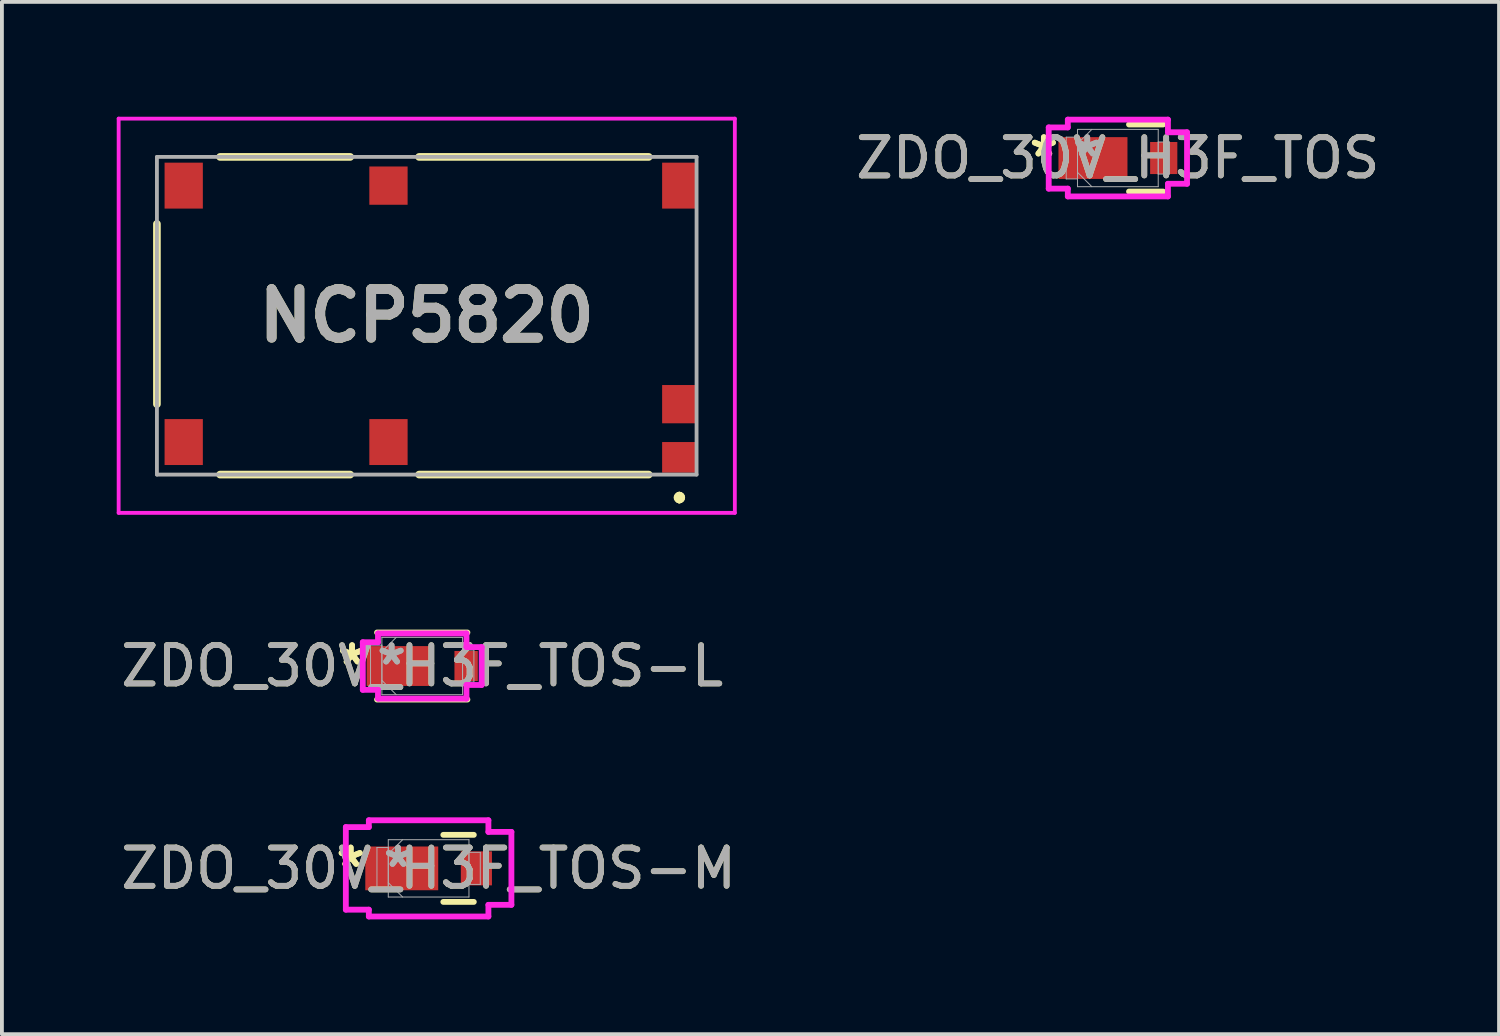
<source format=kicad_pcb>
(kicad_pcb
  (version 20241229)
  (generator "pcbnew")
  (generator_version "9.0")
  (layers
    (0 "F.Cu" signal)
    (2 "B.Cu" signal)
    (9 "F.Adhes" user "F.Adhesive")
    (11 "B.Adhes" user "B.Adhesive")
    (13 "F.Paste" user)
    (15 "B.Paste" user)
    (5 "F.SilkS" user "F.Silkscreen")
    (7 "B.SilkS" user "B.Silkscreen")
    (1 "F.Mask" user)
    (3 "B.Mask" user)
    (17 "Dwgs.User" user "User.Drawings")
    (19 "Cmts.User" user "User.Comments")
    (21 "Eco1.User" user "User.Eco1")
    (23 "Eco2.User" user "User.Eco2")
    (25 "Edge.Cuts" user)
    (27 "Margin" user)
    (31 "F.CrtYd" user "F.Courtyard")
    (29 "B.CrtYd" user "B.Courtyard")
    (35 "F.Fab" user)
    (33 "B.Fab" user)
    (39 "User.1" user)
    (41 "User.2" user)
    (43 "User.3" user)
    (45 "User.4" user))
  (footprint "NCP5820"
    (layer "F.Cu")
    (at 8.1 5.2)
    (property "Reference" "NCP5820" (at 0 0 0) (layer "F.SilkS") (effects (font (size 1.27 1.27) (thickness 0.254))))
    (attr smd)
    (fp_line (start -7.05 -2.4) (end -7.05 2.31) (stroke (width 0.2) (type solid)) (layer "F.SilkS"))
    (fp_line (start -5.4 -4.15) (end -2 -4.15) (stroke (width 0.2) (type solid)) (layer "F.SilkS"))
    (fp_line (start -5.4 4.15) (end -2 4.15) (stroke (width 0.2) (type solid)) (layer "F.SilkS"))
    (fp_line (start 5.8 -4.15) (end -0.2 -4.15) (stroke (width 0.2) (type solid)) (layer "F.SilkS"))
    (fp_line (start 5.8 4.15) (end -0.2 4.15) (stroke (width 0.2) (type solid)) (layer "F.SilkS"))
    (fp_line (start 6.6 4.7) (end 6.6 4.7) (stroke (width 0.2) (type solid)) (layer "F.SilkS"))
    (fp_line (start 6.6 4.8) (end 6.6 4.8) (stroke (width 0.2) (type solid)) (layer "F.SilkS"))
    (fp_line (start 6.6 4.8) (end 6.6 4.8) (stroke (width 0.2) (type solid)) (layer "F.SilkS"))
    (fp_arc (start 6.6 4.7) (mid 6.65 4.75) (end 6.6 4.8) (stroke (width 0.2) (type solid)) (layer "F.SilkS"))
    (fp_arc (start 6.6 4.7) (mid 6.65 4.75) (end 6.6 4.8) (stroke (width 0.2) (type solid)) (layer "F.SilkS"))
    (fp_arc (start 6.6 4.8) (mid 6.55 4.75) (end 6.6 4.7) (stroke (width 0.2) (type solid)) (layer "F.SilkS"))
    (fp_line (start -8.05 -5.15) (end 8.05 -5.15) (stroke (width 0.1) (type solid)) (layer "F.CrtYd"))
    (fp_line (start -8.05 5.15) (end -8.05 -5.15) (stroke (width 0.1) (type solid)) (layer "F.CrtYd"))
    (fp_line (start 8.05 -5.15) (end 8.05 5.15) (stroke (width 0.1) (type solid)) (layer "F.CrtYd"))
    (fp_line (start 8.05 5.15) (end -8.05 5.15) (stroke (width 0.1) (type solid)) (layer "F.CrtYd"))
    (fp_line (start -7.05 -4.15) (end 7.05 -4.15) (stroke (width 0.1) (type solid)) (layer "F.Fab"))
    (fp_line (start -7.05 4.15) (end -7.05 -4.15) (stroke (width 0.1) (type solid)) (layer "F.Fab"))
    (fp_line (start 7.05 -4.15) (end 7.05 4.15) (stroke (width 0.1) (type solid)) (layer "F.Fab"))
    (fp_line (start 7.05 4.15) (end -7.05 4.15) (stroke (width 0.1) (type solid)) (layer "F.Fab"))
    (fp_text user "${REFERENCE}" (at 0 0 0) (layer "F.Fab") (effects (font (size 1.27 1.27) (thickness 0.254))))
    (pad "1" smd rect (at 6.6 3.7 90) (size 0.8 0.9) (layers "F.Cu" "F.Mask" "F.Paste"))
    (pad "2" smd rect (at -1 3.3) (size 1 1.2) (layers "F.Cu" "F.Mask" "F.Paste"))
    (pad "3" smd rect (at -6.35 3.3) (size 1 1.2) (layers "F.Cu" "F.Mask" "F.Paste"))
    (pad "4" smd rect (at -6.35 -3.4) (size 1 1.2) (layers "F.Cu" "F.Mask" "F.Paste"))
    (pad "5" smd rect (at -1 -3.4) (size 1 1) (layers "F.Cu" "F.Mask" "F.Paste"))
    (pad "6" smd rect (at 6.6 -3.4) (size 0.9 1.2) (layers "F.Cu" "F.Mask" "F.Paste"))
    (pad "7" smd rect (at 6.6 2.31) (size 0.9 1) (layers "F.Cu" "F.Mask" "F.Paste")))
  (footprint "ZDO_30V_H3F_TOS"
    (layer "F.Cu")
    (at 26.158 1.079)
    (property "Reference" "ZDO_30V_H3F_TOS" (at 0 0 0) (unlocked yes) (layer "F.SilkS") (effects (font (size 1 1) (thickness 0.15))))
    (attr smd)
    (fp_line (start 0.291 0.876) (end 1.181 0.876) (stroke (width 0.152) (type solid)) (layer "F.SilkS"))
    (fp_line (start 1.181 -0.876) (end 0.291 -0.876) (stroke (width 0.152) (type solid)) (layer "F.SilkS"))
    (fp_line (start -1.807 -0.8) (end -1.308 -0.8) (stroke (width 0.152) (type solid)) (layer "F.CrtYd"))
    (fp_line (start -1.807 0.8) (end -1.807 -0.8) (stroke (width 0.152) (type solid)) (layer "F.CrtYd"))
    (fp_line (start -1.308 -1.003) (end 1.308 -1.003) (stroke (width 0.152) (type solid)) (layer "F.CrtYd"))
    (fp_line (start -1.308 -0.8) (end -1.308 -1.003) (stroke (width 0.152) (type solid)) (layer "F.CrtYd"))
    (fp_line (start -1.308 0.8) (end -1.807 0.8) (stroke (width 0.152) (type solid)) (layer "F.CrtYd"))
    (fp_line (start -1.308 1.003) (end -1.308 0.8) (stroke (width 0.152) (type solid)) (layer "F.CrtYd"))
    (fp_line (start 1.308 -1.003) (end 1.308 -0.673) (stroke (width 0.152) (type solid)) (layer "F.CrtYd"))
    (fp_line (start 1.308 -0.673) (end 1.807 -0.673) (stroke (width 0.152) (type solid)) (layer "F.CrtYd"))
    (fp_line (start 1.308 0.673) (end 1.308 1.003) (stroke (width 0.152) (type solid)) (layer "F.CrtYd"))
    (fp_line (start 1.308 1.003) (end -1.308 1.003) (stroke (width 0.152) (type solid)) (layer "F.CrtYd"))
    (fp_line (start 1.807 -0.673) (end 1.807 0.673) (stroke (width 0.152) (type solid)) (layer "F.CrtYd"))
    (fp_line (start 1.807 0.673) (end 1.308 0.673) (stroke (width 0.152) (type solid)) (layer "F.CrtYd"))
    (fp_line (start -1.35 -0.546) (end -1.35 0.546) (stroke (width 0.025) (type solid)) (layer "F.Fab"))
    (fp_line (start -1.35 0.546) (end -1.054 0.546) (stroke (width 0.025) (type solid)) (layer "F.Fab"))
    (fp_line (start -1.054 -0.749) (end -1.054 0.749) (stroke (width 0.025) (type solid)) (layer "F.Fab"))
    (fp_line (start -1.054 -0.546) (end -1.35 -0.546) (stroke (width 0.025) (type solid)) (layer "F.Fab"))
    (fp_line (start -1.054 -0.375) (end -0.679 -0.749) (stroke (width 0.025) (type solid)) (layer "F.Fab"))
    (fp_line (start -1.054 0.375) (end -0.679 0.749) (stroke (width 0.025) (type solid)) (layer "F.Fab"))
    (fp_line (start -1.054 0.546) (end -1.054 -0.546) (stroke (width 0.025) (type solid)) (layer "F.Fab"))
    (fp_line (start -1.054 0.749) (end 1.054 0.749) (stroke (width 0.025) (type solid)) (layer "F.Fab"))
    (fp_line (start 1.054 -0.749) (end -1.054 -0.749) (stroke (width 0.025) (type solid)) (layer "F.Fab"))
    (fp_line (start 1.054 -0.419) (end 1.054 0.419) (stroke (width 0.025) (type solid)) (layer "F.Fab"))
    (fp_line (start 1.054 0.419) (end 1.35 0.419) (stroke (width 0.025) (type solid)) (layer "F.Fab"))
    (fp_line (start 1.054 0.749) (end 1.054 -0.749) (stroke (width 0.025) (type solid)) (layer "F.Fab"))
    (fp_line (start 1.35 -0.419) (end 1.054 -0.419) (stroke (width 0.025) (type solid)) (layer "F.Fab"))
    (fp_line (start 1.35 0.419) (end 1.35 -0.419) (stroke (width 0.025) (type solid)) (layer "F.Fab"))
    (fp_text user "*" (at -1.934 0 0) (unlocked yes) (layer "F.SilkS") (effects (font (size 1 1) (thickness 0.15))))
    (fp_text user "*" (at -1.934 0 0) (layer "F.SilkS") (effects (font (size 1 1) (thickness 0.15))))
    (fp_text user "*" (at -0.8 0 0) (unlocked yes) (layer "F.Fab") (effects (font (size 1 1) (thickness 0.15))))
    (fp_text user "*" (at -0.8 0 0) (layer "F.Fab") (effects (font (size 1 1) (thickness 0.15))))
    (fp_text user "${REFERENCE}" (at 0 0 0) (unlocked yes) (layer "F.Fab") (effects (font (size 1 1) (thickness 0.15))))
    (pad "1" smd rect (at -0.651 0) (size 1.803 1.092) (layers "F.Cu" "F.Mask" "F.Paste"))
    (pad "2" smd rect (at 1.198 0) (size 0.711 0.838) (layers "F.Cu" "F.Mask" "F.Paste"))
    (zone (net_name "") (layer "F.Cu") (hatch full 0.508) (connect_pads) (min_thickness 0.254) (filled_areas_thickness no) (keepout (tracks not_allowed) (vias not_allowed) (pads allowed) (copperpour not_allowed) (footprints allowed)) (placement (enabled no)) (fill) (polygon (pts (xy 26.459 0.381) (xy 26.95 0.381) (xy 26.95 1.778) (xy 26.459 1.778)))))
  (footprint "ZDO_30V_H3F_TOS-M"
    (layer "F.Cu")
    (at 8.149 19.639)
    (property "Reference" "ZDO_30V_H3F_TOS-M" (at 0 0 0) (unlocked yes) (layer "F.SilkS") (effects (font (size 1 1) (thickness 0.15))))
    (attr smd)
    (fp_line (start 0.384 0.876) (end 1.181 0.876) (stroke (width 0.152) (type solid)) (layer "F.SilkS"))
    (fp_line (start 1.181 -0.876) (end 0.384 -0.876) (stroke (width 0.152) (type solid)) (layer "F.SilkS"))
    (fp_line (start -2.163 -1.079) (end -1.562 -1.079) (stroke (width 0.152) (type solid)) (layer "F.CrtYd"))
    (fp_line (start -2.163 1.079) (end -2.163 -1.079) (stroke (width 0.152) (type solid)) (layer "F.CrtYd"))
    (fp_line (start -1.562 -1.257) (end 1.562 -1.257) (stroke (width 0.152) (type solid)) (layer "F.CrtYd"))
    (fp_line (start -1.562 -1.079) (end -1.562 -1.257) (stroke (width 0.152) (type solid)) (layer "F.CrtYd"))
    (fp_line (start -1.562 1.079) (end -2.163 1.079) (stroke (width 0.152) (type solid)) (layer "F.CrtYd"))
    (fp_line (start -1.562 1.257) (end -1.562 1.079) (stroke (width 0.152) (type solid)) (layer "F.CrtYd"))
    (fp_line (start 1.562 -1.257) (end 1.562 -0.953) (stroke (width 0.152) (type solid)) (layer "F.CrtYd"))
    (fp_line (start 1.562 -0.953) (end 2.163 -0.953) (stroke (width 0.152) (type solid)) (layer "F.CrtYd"))
    (fp_line (start 1.562 0.953) (end 1.562 1.257) (stroke (width 0.152) (type solid)) (layer "F.CrtYd"))
    (fp_line (start 1.562 1.257) (end -1.562 1.257) (stroke (width 0.152) (type solid)) (layer "F.CrtYd"))
    (fp_line (start 2.163 -0.953) (end 2.163 0.953) (stroke (width 0.152) (type solid)) (layer "F.CrtYd"))
    (fp_line (start 2.163 0.953) (end 1.562 0.953) (stroke (width 0.152) (type solid)) (layer "F.CrtYd"))
    (fp_line (start -1.35 -0.546) (end -1.35 0.546) (stroke (width 0.025) (type solid)) (layer "F.Fab"))
    (fp_line (start -1.35 0.546) (end -1.054 0.546) (stroke (width 0.025) (type solid)) (layer "F.Fab"))
    (fp_line (start -1.054 -0.749) (end -1.054 0.749) (stroke (width 0.025) (type solid)) (layer "F.Fab"))
    (fp_line (start -1.054 -0.546) (end -1.35 -0.546) (stroke (width 0.025) (type solid)) (layer "F.Fab"))
    (fp_line (start -1.054 -0.375) (end -0.679 -0.749) (stroke (width 0.025) (type solid)) (layer "F.Fab"))
    (fp_line (start -1.054 0.375) (end -0.679 0.749) (stroke (width 0.025) (type solid)) (layer "F.Fab"))
    (fp_line (start -1.054 0.546) (end -1.054 -0.546) (stroke (width 0.025) (type solid)) (layer "F.Fab"))
    (fp_line (start -1.054 0.749) (end 1.054 0.749) (stroke (width 0.025) (type solid)) (layer "F.Fab"))
    (fp_line (start 1.054 -0.749) (end -1.054 -0.749) (stroke (width 0.025) (type solid)) (layer "F.Fab"))
    (fp_line (start 1.054 -0.419) (end 1.054 0.419) (stroke (width 0.025) (type solid)) (layer "F.Fab"))
    (fp_line (start 1.054 0.419) (end 1.35 0.419) (stroke (width 0.025) (type solid)) (layer "F.Fab"))
    (fp_line (start 1.054 0.749) (end 1.054 -0.749) (stroke (width 0.025) (type solid)) (layer "F.Fab"))
    (fp_line (start 1.35 -0.419) (end 1.054 -0.419) (stroke (width 0.025) (type solid)) (layer "F.Fab"))
    (fp_line (start 1.35 0.419) (end 1.35 -0.419) (stroke (width 0.025) (type solid)) (layer "F.Fab"))
    (fp_text user "*" (at -2.036 0 0) (layer "F.SilkS") (effects (font (size 1 1) (thickness 0.15))))
    (fp_text user "*" (at -2.036 0 0) (unlocked yes) (layer "F.SilkS") (effects (font (size 1 1) (thickness 0.15))))
    (fp_text user "*" (at -0.8 0 0) (layer "F.Fab") (effects (font (size 1 1) (thickness 0.15))))
    (fp_text user "*" (at -0.8 0 0) (unlocked yes) (layer "F.Fab") (effects (font (size 1 1) (thickness 0.15))))
    (fp_text user "${REFERENCE}" (at 0 0 0) (unlocked yes) (layer "F.Fab") (effects (font (size 1 1) (thickness 0.15))))
    (pad "1" smd rect (at -0.702 0) (size 1.905 1.143) (layers "F.Cu" "F.Mask" "F.Paste"))
    (pad "2" smd rect (at 1.248 0) (size 0.813 0.889) (layers "F.Cu" "F.Mask" "F.Paste"))
    (zone (net_name "") (layer "F.Cu") (hatch full 0.508) (connect_pads) (min_thickness 0.254) (filled_areas_thickness no) (keepout (tracks not_allowed) (vias not_allowed) (pads allowed) (copperpour not_allowed) (footprints allowed)) (placement (enabled no)) (fill) (polygon (pts (xy 8.45 18.94) (xy 8.94 18.94) (xy 8.94 20.337) (xy 8.45 20.337)))))
  (footprint "ZDO_30V_H3F_TOS-L"
    (layer "F.Cu")
    (at 7.982 14.352)
    (property "Reference" "ZDO_30V_H3F_TOS-L" (at 0 0 0) (unlocked yes) (layer "F.SilkS") (effects (font (size 1 1) (thickness 0.15))))
    (attr smd)
    (fp_line (start -1.181 0.876) (end 1.181 0.876) (stroke (width 0.152) (type solid)) (layer "F.SilkS"))
    (fp_line (start 1.181 -0.876) (end -1.181 -0.876) (stroke (width 0.152) (type solid)) (layer "F.SilkS"))
    (fp_line (start -1.553 -0.622) (end -1.156 -0.622) (stroke (width 0.152) (type solid)) (layer "F.CrtYd"))
    (fp_line (start -1.553 0.622) (end -1.553 -0.622) (stroke (width 0.152) (type solid)) (layer "F.CrtYd"))
    (fp_line (start -1.156 -0.851) (end 1.156 -0.851) (stroke (width 0.152) (type solid)) (layer "F.CrtYd"))
    (fp_line (start -1.156 -0.622) (end -1.156 -0.851) (stroke (width 0.152) (type solid)) (layer "F.CrtYd"))
    (fp_line (start -1.156 0.622) (end -1.553 0.622) (stroke (width 0.152) (type solid)) (layer "F.CrtYd"))
    (fp_line (start -1.156 0.851) (end -1.156 0.622) (stroke (width 0.152) (type solid)) (layer "F.CrtYd"))
    (fp_line (start 1.156 -0.851) (end 1.156 -0.495) (stroke (width 0.152) (type solid)) (layer "F.CrtYd"))
    (fp_line (start 1.156 -0.495) (end 1.553 -0.495) (stroke (width 0.152) (type solid)) (layer "F.CrtYd"))
    (fp_line (start 1.156 0.495) (end 1.156 0.851) (stroke (width 0.152) (type solid)) (layer "F.CrtYd"))
    (fp_line (start 1.156 0.851) (end -1.156 0.851) (stroke (width 0.152) (type solid)) (layer "F.CrtYd"))
    (fp_line (start 1.553 -0.495) (end 1.553 0.495) (stroke (width 0.152) (type solid)) (layer "F.CrtYd"))
    (fp_line (start 1.553 0.495) (end 1.156 0.495) (stroke (width 0.152) (type solid)) (layer "F.CrtYd"))
    (fp_line (start -1.35 -0.546) (end -1.35 0.546) (stroke (width 0.025) (type solid)) (layer "F.Fab"))
    (fp_line (start -1.35 0.546) (end -1.054 0.546) (stroke (width 0.025) (type solid)) (layer "F.Fab"))
    (fp_line (start -1.054 -0.749) (end -1.054 0.749) (stroke (width 0.025) (type solid)) (layer "F.Fab"))
    (fp_line (start -1.054 -0.546) (end -1.35 -0.546) (stroke (width 0.025) (type solid)) (layer "F.Fab"))
    (fp_line (start -1.054 -0.375) (end -0.679 -0.749) (stroke (width 0.025) (type solid)) (layer "F.Fab"))
    (fp_line (start -1.054 0.375) (end -0.679 0.749) (stroke (width 0.025) (type solid)) (layer "F.Fab"))
    (fp_line (start -1.054 0.546) (end -1.054 -0.546) (stroke (width 0.025) (type solid)) (layer "F.Fab"))
    (fp_line (start -1.054 0.749) (end 1.054 0.749) (stroke (width 0.025) (type solid)) (layer "F.Fab"))
    (fp_line (start 1.054 -0.749) (end -1.054 -0.749) (stroke (width 0.025) (type solid)) (layer "F.Fab"))
    (fp_line (start 1.054 -0.419) (end 1.054 0.419) (stroke (width 0.025) (type solid)) (layer "F.Fab"))
    (fp_line (start 1.054 0.419) (end 1.35 0.419) (stroke (width 0.025) (type solid)) (layer "F.Fab"))
    (fp_line (start 1.054 0.749) (end 1.054 -0.749) (stroke (width 0.025) (type solid)) (layer "F.Fab"))
    (fp_line (start 1.35 -0.419) (end 1.054 -0.419) (stroke (width 0.025) (type solid)) (layer "F.Fab"))
    (fp_line (start 1.35 0.419) (end 1.35 -0.419) (stroke (width 0.025) (type solid)) (layer "F.Fab"))
    (fp_text user "*" (at -1.833 0 0) (unlocked yes) (layer "F.SilkS") (effects (font (size 1 1) (thickness 0.15))))
    (fp_text user "*" (at -1.833 0 0) (layer "F.SilkS") (effects (font (size 1 1) (thickness 0.15))))
    (fp_text user "*" (at -0.8 0 0) (unlocked yes) (layer "F.Fab") (effects (font (size 1 1) (thickness 0.15))))
    (fp_text user "*" (at -0.8 0 0) (layer "F.Fab") (effects (font (size 1 1) (thickness 0.15))))
    (fp_text user "${REFERENCE}" (at 0 0 0) (unlocked yes) (layer "F.Fab") (effects (font (size 1 1) (thickness 0.15))))
    (pad "1" smd rect (at -0.601 0) (size 1.702 1.041) (layers "F.Cu" "F.Mask" "F.Paste"))
    (pad "2" smd rect (at 1.147 0) (size 0.61 0.787) (layers "F.Cu" "F.Mask" "F.Paste"))
    (zone (net_name "") (layer "F.Cu") (hatch full 0.508) (connect_pads) (min_thickness 0.254) (filled_areas_thickness no) (keepout (tracks not_allowed) (vias not_allowed) (pads allowed) (copperpour not_allowed) (footprints allowed)) (placement (enabled no)) (fill) (polygon (pts (xy 8.283 13.654) (xy 8.773 13.654) (xy 8.773 15.051) (xy 8.283 15.051)))))
  (gr_rect
    (start -3 -3)
    (end 36.117 23.972)
    (stroke (width 0.1) (type default))
    (fill no)
    (layer "Edge.Cuts")))
</source>
